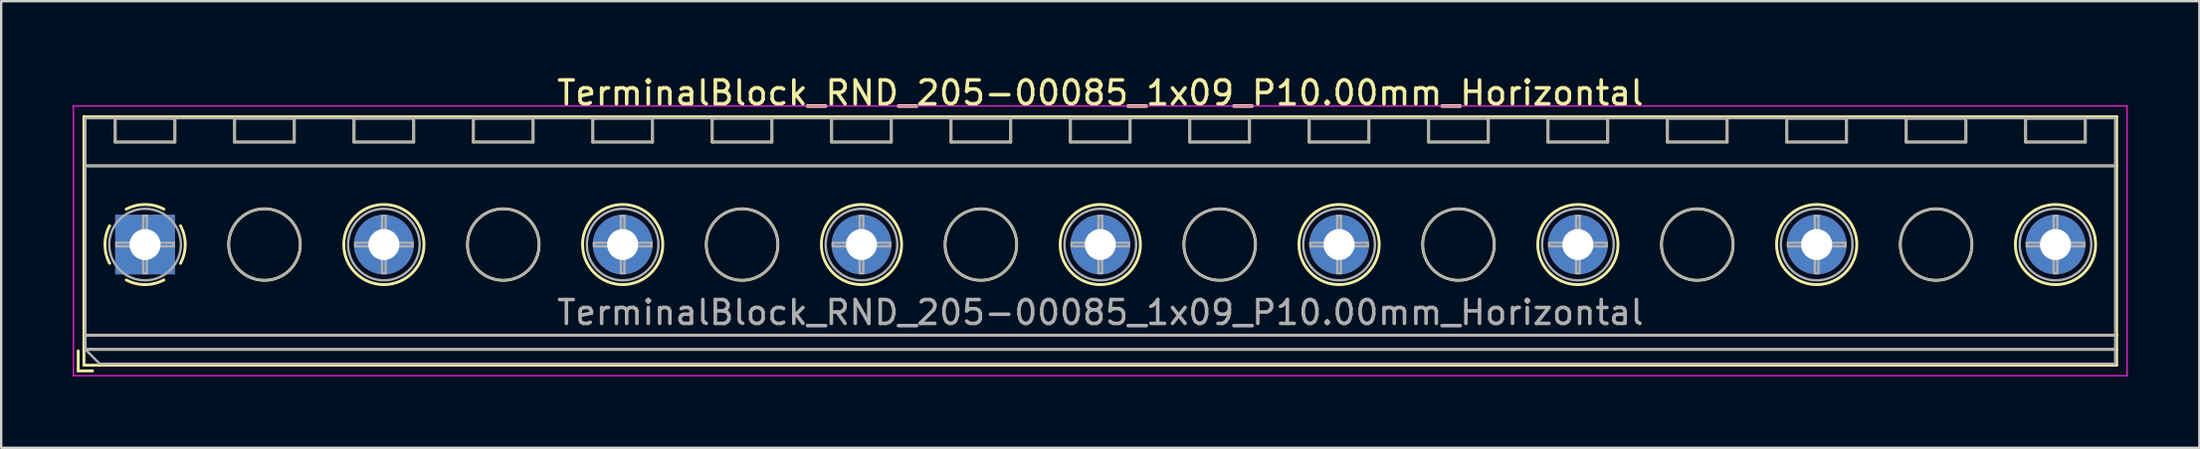
<source format=kicad_pcb>
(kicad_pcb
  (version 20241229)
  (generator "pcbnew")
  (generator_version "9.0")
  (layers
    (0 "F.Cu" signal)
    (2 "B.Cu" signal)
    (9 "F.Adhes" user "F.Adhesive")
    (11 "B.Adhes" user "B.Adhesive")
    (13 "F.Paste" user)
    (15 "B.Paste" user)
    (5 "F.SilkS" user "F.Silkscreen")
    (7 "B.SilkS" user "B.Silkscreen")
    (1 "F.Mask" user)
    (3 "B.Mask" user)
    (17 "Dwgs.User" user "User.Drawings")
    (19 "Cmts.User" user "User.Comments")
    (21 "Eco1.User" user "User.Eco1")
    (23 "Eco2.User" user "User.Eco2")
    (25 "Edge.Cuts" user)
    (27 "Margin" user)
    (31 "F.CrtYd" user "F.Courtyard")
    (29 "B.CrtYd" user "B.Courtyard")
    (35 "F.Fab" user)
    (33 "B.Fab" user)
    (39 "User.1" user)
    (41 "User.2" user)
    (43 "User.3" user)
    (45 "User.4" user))
  (footprint "TerminalBlock_RND_205-00085_1x09_P10.00mm_Horizontal"
    (layer "F.Cu")
    (at 3.025 7.208)
    (property "Reference" "TerminalBlock_RND_205-00085_1x09_P10.00mm_Horizontal" (at 40 -6.36 0) (layer "F.SilkS") (effects (font (size 1 1) (thickness 0.15))))
    (attr through_hole)
    (fp_line (start -2.8 4.46) (end -2.8 5.3) (stroke (width 0.12) (type solid)) (layer "F.SilkS"))
    (fp_line (start -2.8 5.3) (end -2.2 5.3) (stroke (width 0.12) (type solid)) (layer "F.SilkS"))
    (fp_line (start -2.56 -5.36) (end -2.56 5.06) (stroke (width 0.12) (type solid)) (layer "F.SilkS"))
    (fp_line (start -2.56 -5.36) (end 82.56 -5.36) (stroke (width 0.12) (type solid)) (layer "F.SilkS"))
    (fp_line (start -2.56 -3.301) (end 82.56 -3.301) (stroke (width 0.12) (type solid)) (layer "F.SilkS"))
    (fp_line (start -2.56 3.8) (end 82.56 3.8) (stroke (width 0.12) (type solid)) (layer "F.SilkS"))
    (fp_line (start -2.56 4.4) (end 82.56 4.4) (stroke (width 0.12) (type solid)) (layer "F.SilkS"))
    (fp_line (start -2.56 5.06) (end 82.56 5.06) (stroke (width 0.12) (type solid)) (layer "F.SilkS"))
    (fp_line (start -1.25 -5.301) (end -1.25 -4.301) (stroke (width 0.12) (type solid)) (layer "F.SilkS"))
    (fp_line (start -1.25 -5.301) (end 1.25 -5.301) (stroke (width 0.12) (type solid)) (layer "F.SilkS"))
    (fp_line (start -1.25 -4.301) (end 1.25 -4.301) (stroke (width 0.12) (type solid)) (layer "F.SilkS"))
    (fp_line (start 1.25 -5.301) (end 1.25 -4.301) (stroke (width 0.12) (type solid)) (layer "F.SilkS"))
    (fp_line (start 3.75 -5.301) (end 3.75 -4.301) (stroke (width 0.12) (type solid)) (layer "F.SilkS"))
    (fp_line (start 3.75 -5.301) (end 6.25 -5.301) (stroke (width 0.12) (type solid)) (layer "F.SilkS"))
    (fp_line (start 3.75 -4.301) (end 6.25 -4.301) (stroke (width 0.12) (type solid)) (layer "F.SilkS"))
    (fp_line (start 6.25 -5.301) (end 6.25 -4.301) (stroke (width 0.12) (type solid)) (layer "F.SilkS"))
    (fp_line (start 8.75 -5.301) (end 8.75 -4.301) (stroke (width 0.12) (type solid)) (layer "F.SilkS"))
    (fp_line (start 8.75 -5.301) (end 11.25 -5.301) (stroke (width 0.12) (type solid)) (layer "F.SilkS"))
    (fp_line (start 8.75 -4.301) (end 11.25 -4.301) (stroke (width 0.12) (type solid)) (layer "F.SilkS"))
    (fp_line (start 11.25 -5.301) (end 11.25 -4.301) (stroke (width 0.12) (type solid)) (layer "F.SilkS"))
    (fp_line (start 13.75 -5.301) (end 13.75 -4.301) (stroke (width 0.12) (type solid)) (layer "F.SilkS"))
    (fp_line (start 13.75 -5.301) (end 16.25 -5.301) (stroke (width 0.12) (type solid)) (layer "F.SilkS"))
    (fp_line (start 13.75 -4.301) (end 16.25 -4.301) (stroke (width 0.12) (type solid)) (layer "F.SilkS"))
    (fp_line (start 16.25 -5.301) (end 16.25 -4.301) (stroke (width 0.12) (type solid)) (layer "F.SilkS"))
    (fp_line (start 18.75 -5.301) (end 18.75 -4.301) (stroke (width 0.12) (type solid)) (layer "F.SilkS"))
    (fp_line (start 18.75 -5.301) (end 21.25 -5.301) (stroke (width 0.12) (type solid)) (layer "F.SilkS"))
    (fp_line (start 18.75 -4.301) (end 21.25 -4.301) (stroke (width 0.12) (type solid)) (layer "F.SilkS"))
    (fp_line (start 21.25 -5.301) (end 21.25 -4.301) (stroke (width 0.12) (type solid)) (layer "F.SilkS"))
    (fp_line (start 23.75 -5.301) (end 23.75 -4.301) (stroke (width 0.12) (type solid)) (layer "F.SilkS"))
    (fp_line (start 23.75 -5.301) (end 26.25 -5.301) (stroke (width 0.12) (type solid)) (layer "F.SilkS"))
    (fp_line (start 23.75 -4.301) (end 26.25 -4.301) (stroke (width 0.12) (type solid)) (layer "F.SilkS"))
    (fp_line (start 26.25 -5.301) (end 26.25 -4.301) (stroke (width 0.12) (type solid)) (layer "F.SilkS"))
    (fp_line (start 28.75 -5.301) (end 28.75 -4.301) (stroke (width 0.12) (type solid)) (layer "F.SilkS"))
    (fp_line (start 28.75 -5.301) (end 31.25 -5.301) (stroke (width 0.12) (type solid)) (layer "F.SilkS"))
    (fp_line (start 28.75 -4.301) (end 31.25 -4.301) (stroke (width 0.12) (type solid)) (layer "F.SilkS"))
    (fp_line (start 31.25 -5.301) (end 31.25 -4.301) (stroke (width 0.12) (type solid)) (layer "F.SilkS"))
    (fp_line (start 33.75 -5.301) (end 33.75 -4.301) (stroke (width 0.12) (type solid)) (layer "F.SilkS"))
    (fp_line (start 33.75 -5.301) (end 36.25 -5.301) (stroke (width 0.12) (type solid)) (layer "F.SilkS"))
    (fp_line (start 33.75 -4.301) (end 36.25 -4.301) (stroke (width 0.12) (type solid)) (layer "F.SilkS"))
    (fp_line (start 36.25 -5.301) (end 36.25 -4.301) (stroke (width 0.12) (type solid)) (layer "F.SilkS"))
    (fp_line (start 38.75 -5.301) (end 38.75 -4.301) (stroke (width 0.12) (type solid)) (layer "F.SilkS"))
    (fp_line (start 38.75 -5.301) (end 41.25 -5.301) (stroke (width 0.12) (type solid)) (layer "F.SilkS"))
    (fp_line (start 38.75 -4.301) (end 41.25 -4.301) (stroke (width 0.12) (type solid)) (layer "F.SilkS"))
    (fp_line (start 41.25 -5.301) (end 41.25 -4.301) (stroke (width 0.12) (type solid)) (layer "F.SilkS"))
    (fp_line (start 43.75 -5.301) (end 43.75 -4.301) (stroke (width 0.12) (type solid)) (layer "F.SilkS"))
    (fp_line (start 43.75 -5.301) (end 46.25 -5.301) (stroke (width 0.12) (type solid)) (layer "F.SilkS"))
    (fp_line (start 43.75 -4.301) (end 46.25 -4.301) (stroke (width 0.12) (type solid)) (layer "F.SilkS"))
    (fp_line (start 46.25 -5.301) (end 46.25 -4.301) (stroke (width 0.12) (type solid)) (layer "F.SilkS"))
    (fp_line (start 48.75 -5.301) (end 48.75 -4.301) (stroke (width 0.12) (type solid)) (layer "F.SilkS"))
    (fp_line (start 48.75 -5.301) (end 51.25 -5.301) (stroke (width 0.12) (type solid)) (layer "F.SilkS"))
    (fp_line (start 48.75 -4.301) (end 51.25 -4.301) (stroke (width 0.12) (type solid)) (layer "F.SilkS"))
    (fp_line (start 51.25 -5.301) (end 51.25 -4.301) (stroke (width 0.12) (type solid)) (layer "F.SilkS"))
    (fp_line (start 53.75 -5.301) (end 53.75 -4.301) (stroke (width 0.12) (type solid)) (layer "F.SilkS"))
    (fp_line (start 53.75 -5.301) (end 56.25 -5.301) (stroke (width 0.12) (type solid)) (layer "F.SilkS"))
    (fp_line (start 53.75 -4.301) (end 56.25 -4.301) (stroke (width 0.12) (type solid)) (layer "F.SilkS"))
    (fp_line (start 56.25 -5.301) (end 56.25 -4.301) (stroke (width 0.12) (type solid)) (layer "F.SilkS"))
    (fp_line (start 58.75 -5.301) (end 58.75 -4.301) (stroke (width 0.12) (type solid)) (layer "F.SilkS"))
    (fp_line (start 58.75 -5.301) (end 61.25 -5.301) (stroke (width 0.12) (type solid)) (layer "F.SilkS"))
    (fp_line (start 58.75 -4.301) (end 61.25 -4.301) (stroke (width 0.12) (type solid)) (layer "F.SilkS"))
    (fp_line (start 61.25 -5.301) (end 61.25 -4.301) (stroke (width 0.12) (type solid)) (layer "F.SilkS"))
    (fp_line (start 63.75 -5.301) (end 63.75 -4.301) (stroke (width 0.12) (type solid)) (layer "F.SilkS"))
    (fp_line (start 63.75 -5.301) (end 66.25 -5.301) (stroke (width 0.12) (type solid)) (layer "F.SilkS"))
    (fp_line (start 63.75 -4.301) (end 66.25 -4.301) (stroke (width 0.12) (type solid)) (layer "F.SilkS"))
    (fp_line (start 66.25 -5.301) (end 66.25 -4.301) (stroke (width 0.12) (type solid)) (layer "F.SilkS"))
    (fp_line (start 68.75 -5.301) (end 68.75 -4.301) (stroke (width 0.12) (type solid)) (layer "F.SilkS"))
    (fp_line (start 68.75 -5.301) (end 71.25 -5.301) (stroke (width 0.12) (type solid)) (layer "F.SilkS"))
    (fp_line (start 68.75 -4.301) (end 71.25 -4.301) (stroke (width 0.12) (type solid)) (layer "F.SilkS"))
    (fp_line (start 71.25 -5.301) (end 71.25 -4.301) (stroke (width 0.12) (type solid)) (layer "F.SilkS"))
    (fp_line (start 73.75 -5.301) (end 73.75 -4.301) (stroke (width 0.12) (type solid)) (layer "F.SilkS"))
    (fp_line (start 73.75 -5.301) (end 76.25 -5.301) (stroke (width 0.12) (type solid)) (layer "F.SilkS"))
    (fp_line (start 73.75 -4.301) (end 76.25 -4.301) (stroke (width 0.12) (type solid)) (layer "F.SilkS"))
    (fp_line (start 76.25 -5.301) (end 76.25 -4.301) (stroke (width 0.12) (type solid)) (layer "F.SilkS"))
    (fp_line (start 78.75 -5.301) (end 78.75 -4.301) (stroke (width 0.12) (type solid)) (layer "F.SilkS"))
    (fp_line (start 78.75 -5.301) (end 81.25 -5.301) (stroke (width 0.12) (type solid)) (layer "F.SilkS"))
    (fp_line (start 78.75 -4.301) (end 81.25 -4.301) (stroke (width 0.12) (type solid)) (layer "F.SilkS"))
    (fp_line (start 81.25 -5.301) (end 81.25 -4.301) (stroke (width 0.12) (type solid)) (layer "F.SilkS"))
    (fp_line (start 82.56 -5.36) (end 82.56 5.06) (stroke (width 0.12) (type solid)) (layer "F.SilkS"))
    (fp_arc (start -1.483953 0.789089) (mid -1.680708 0.00005) (end -1.484 -0.789) (stroke (width 0.12) (type solid)) (layer "F.SilkS"))
    (fp_arc (start -0.789089 -1.483953) (mid -0.00005 -1.680708) (end 0.789 -1.484) (stroke (width 0.12) (type solid)) (layer "F.SilkS"))
    (fp_arc (start 0.029383 1.68045) (mid -0.392304 1.634281) (end -0.789 1.484) (stroke (width 0.12) (type solid)) (layer "F.SilkS"))
    (fp_arc (start 0.788712 1.483352) (mid 0.406429 1.630097) (end 0 1.68) (stroke (width 0.12) (type solid)) (layer "F.SilkS"))
    (fp_arc (start 1.483953 -0.789089) (mid 1.680708 -0.00005) (end 1.484 0.789) (stroke (width 0.12) (type solid)) (layer "F.SilkS"))
    (fp_circle (center 5 0) (end 6.5 0) (stroke (width 0.12) (type solid)) (fill no) (layer "F.SilkS"))
    (fp_circle (center 10 0) (end 11.68 0) (stroke (width 0.12) (type solid)) (fill no) (layer "F.SilkS"))
    (fp_circle (center 15 0) (end 16.5 0) (stroke (width 0.12) (type solid)) (fill no) (layer "F.SilkS"))
    (fp_circle (center 20 0) (end 21.68 0) (stroke (width 0.12) (type solid)) (fill no) (layer "F.SilkS"))
    (fp_circle (center 25 0) (end 26.5 0) (stroke (width 0.12) (type solid)) (fill no) (layer "F.SilkS"))
    (fp_circle (center 30 0) (end 31.68 0) (stroke (width 0.12) (type solid)) (fill no) (layer "F.SilkS"))
    (fp_circle (center 35 0) (end 36.5 0) (stroke (width 0.12) (type solid)) (fill no) (layer "F.SilkS"))
    (fp_circle (center 40 0) (end 41.68 0) (stroke (width 0.12) (type solid)) (fill no) (layer "F.SilkS"))
    (fp_circle (center 45 0) (end 46.5 0) (stroke (width 0.12) (type solid)) (fill no) (layer "F.SilkS"))
    (fp_circle (center 50 0) (end 51.68 0) (stroke (width 0.12) (type solid)) (fill no) (layer "F.SilkS"))
    (fp_circle (center 55 0) (end 56.5 0) (stroke (width 0.12) (type solid)) (fill no) (layer "F.SilkS"))
    (fp_circle (center 60 0) (end 61.68 0) (stroke (width 0.12) (type solid)) (fill no) (layer "F.SilkS"))
    (fp_circle (center 65 0) (end 66.5 0) (stroke (width 0.12) (type solid)) (fill no) (layer "F.SilkS"))
    (fp_circle (center 70 0) (end 71.68 0) (stroke (width 0.12) (type solid)) (fill no) (layer "F.SilkS"))
    (fp_circle (center 75 0) (end 76.5 0) (stroke (width 0.12) (type solid)) (fill no) (layer "F.SilkS"))
    (fp_circle (center 80 0) (end 81.68 0) (stroke (width 0.12) (type solid)) (fill no) (layer "F.SilkS"))
    (fp_line (start -3 -5.81) (end -3 5.5) (stroke (width 0.05) (type solid)) (layer "F.CrtYd"))
    (fp_line (start -3 5.5) (end 83 5.5) (stroke (width 0.05) (type solid)) (layer "F.CrtYd"))
    (fp_line (start 83 -5.81) (end -3 -5.81) (stroke (width 0.05) (type solid)) (layer "F.CrtYd"))
    (fp_line (start 83 5.5) (end 83 -5.81) (stroke (width 0.05) (type solid)) (layer "F.CrtYd"))
    (fp_line (start -2.5 -5.3) (end 82.5 -5.3) (stroke (width 0.1) (type solid)) (layer "F.Fab"))
    (fp_line (start -2.5 -3.3) (end 82.5 -3.3) (stroke (width 0.1) (type solid)) (layer "F.Fab"))
    (fp_line (start -2.5 3.8) (end 82.5 3.8) (stroke (width 0.1) (type solid)) (layer "F.Fab"))
    (fp_line (start -2.5 4.4) (end -2.5 -5.3) (stroke (width 0.1) (type solid)) (layer "F.Fab"))
    (fp_line (start -2.5 4.4) (end 82.5 4.4) (stroke (width 0.1) (type solid)) (layer "F.Fab"))
    (fp_line (start -1.9 5) (end -2.5 4.4) (stroke (width 0.1) (type solid)) (layer "F.Fab"))
    (fp_line (start -1.25 -5.3) (end -1.25 -4.3) (stroke (width 0.1) (type solid)) (layer "F.Fab"))
    (fp_line (start -1.25 -4.3) (end 1.25 -4.3) (stroke (width 0.1) (type solid)) (layer "F.Fab"))
    (fp_line (start -1.201 -0.076) (end -0.076 -0.076) (stroke (width 0.1) (type solid)) (layer "F.Fab"))
    (fp_line (start -1.201 0.076) (end -1.201 -0.076) (stroke (width 0.1) (type solid)) (layer "F.Fab"))
    (fp_line (start -0.076 -1.201) (end 0.076 -1.201) (stroke (width 0.1) (type solid)) (layer "F.Fab"))
    (fp_line (start -0.076 -0.076) (end -0.076 -1.201) (stroke (width 0.1) (type solid)) (layer "F.Fab"))
    (fp_line (start -0.076 0.076) (end -1.201 0.076) (stroke (width 0.1) (type solid)) (layer "F.Fab"))
    (fp_line (start -0.076 1.201) (end -0.076 0.076) (stroke (width 0.1) (type solid)) (layer "F.Fab"))
    (fp_line (start 0.076 -1.201) (end 0.076 -0.076) (stroke (width 0.1) (type solid)) (layer "F.Fab"))
    (fp_line (start 0.076 -0.076) (end 1.201 -0.076) (stroke (width 0.1) (type solid)) (layer "F.Fab"))
    (fp_line (start 0.076 0.076) (end 0.076 1.201) (stroke (width 0.1) (type solid)) (layer "F.Fab"))
    (fp_line (start 0.076 1.201) (end -0.076 1.201) (stroke (width 0.1) (type solid)) (layer "F.Fab"))
    (fp_line (start 1.201 -0.076) (end 1.201 0.076) (stroke (width 0.1) (type solid)) (layer "F.Fab"))
    (fp_line (start 1.201 0.076) (end 0.076 0.076) (stroke (width 0.1) (type solid)) (layer "F.Fab"))
    (fp_line (start 1.25 -5.3) (end -1.25 -5.3) (stroke (width 0.1) (type solid)) (layer "F.Fab"))
    (fp_line (start 1.25 -4.3) (end 1.25 -5.3) (stroke (width 0.1) (type solid)) (layer "F.Fab"))
    (fp_line (start 3.75 -5.3) (end 3.75 -4.3) (stroke (width 0.1) (type solid)) (layer "F.Fab"))
    (fp_line (start 3.75 -4.3) (end 6.25 -4.3) (stroke (width 0.1) (type solid)) (layer "F.Fab"))
    (fp_line (start 6.25 -5.3) (end 3.75 -5.3) (stroke (width 0.1) (type solid)) (layer "F.Fab"))
    (fp_line (start 6.25 -4.3) (end 6.25 -5.3) (stroke (width 0.1) (type solid)) (layer "F.Fab"))
    (fp_line (start 8.75 -5.3) (end 8.75 -4.3) (stroke (width 0.1) (type solid)) (layer "F.Fab"))
    (fp_line (start 8.75 -4.3) (end 11.25 -4.3) (stroke (width 0.1) (type solid)) (layer "F.Fab"))
    (fp_line (start 8.799 -0.076) (end 9.924 -0.076) (stroke (width 0.1) (type solid)) (layer "F.Fab"))
    (fp_line (start 8.799 0.076) (end 8.799 -0.076) (stroke (width 0.1) (type solid)) (layer "F.Fab"))
    (fp_line (start 9.924 -1.201) (end 10.076 -1.201) (stroke (width 0.1) (type solid)) (layer "F.Fab"))
    (fp_line (start 9.924 -0.076) (end 9.924 -1.201) (stroke (width 0.1) (type solid)) (layer "F.Fab"))
    (fp_line (start 9.924 0.076) (end 8.799 0.076) (stroke (width 0.1) (type solid)) (layer "F.Fab"))
    (fp_line (start 9.924 1.201) (end 9.924 0.076) (stroke (width 0.1) (type solid)) (layer "F.Fab"))
    (fp_line (start 10.076 -1.201) (end 10.076 -0.076) (stroke (width 0.1) (type solid)) (layer "F.Fab"))
    (fp_line (start 10.076 -0.076) (end 11.201 -0.076) (stroke (width 0.1) (type solid)) (layer "F.Fab"))
    (fp_line (start 10.076 0.076) (end 10.076 1.201) (stroke (width 0.1) (type solid)) (layer "F.Fab"))
    (fp_line (start 10.076 1.201) (end 9.924 1.201) (stroke (width 0.1) (type solid)) (layer "F.Fab"))
    (fp_line (start 11.201 -0.076) (end 11.201 0.076) (stroke (width 0.1) (type solid)) (layer "F.Fab"))
    (fp_line (start 11.201 0.076) (end 10.076 0.076) (stroke (width 0.1) (type solid)) (layer "F.Fab"))
    (fp_line (start 11.25 -5.3) (end 8.75 -5.3) (stroke (width 0.1) (type solid)) (layer "F.Fab"))
    (fp_line (start 11.25 -4.3) (end 11.25 -5.3) (stroke (width 0.1) (type solid)) (layer "F.Fab"))
    (fp_line (start 13.75 -5.3) (end 13.75 -4.3) (stroke (width 0.1) (type solid)) (layer "F.Fab"))
    (fp_line (start 13.75 -4.3) (end 16.25 -4.3) (stroke (width 0.1) (type solid)) (layer "F.Fab"))
    (fp_line (start 16.25 -5.3) (end 13.75 -5.3) (stroke (width 0.1) (type solid)) (layer "F.Fab"))
    (fp_line (start 16.25 -4.3) (end 16.25 -5.3) (stroke (width 0.1) (type solid)) (layer "F.Fab"))
    (fp_line (start 18.75 -5.3) (end 18.75 -4.3) (stroke (width 0.1) (type solid)) (layer "F.Fab"))
    (fp_line (start 18.75 -4.3) (end 21.25 -4.3) (stroke (width 0.1) (type solid)) (layer "F.Fab"))
    (fp_line (start 18.799 -0.076) (end 19.924 -0.076) (stroke (width 0.1) (type solid)) (layer "F.Fab"))
    (fp_line (start 18.799 0.076) (end 18.799 -0.076) (stroke (width 0.1) (type solid)) (layer "F.Fab"))
    (fp_line (start 19.924 -1.201) (end 20.076 -1.201) (stroke (width 0.1) (type solid)) (layer "F.Fab"))
    (fp_line (start 19.924 -0.076) (end 19.924 -1.201) (stroke (width 0.1) (type solid)) (layer "F.Fab"))
    (fp_line (start 19.924 0.076) (end 18.799 0.076) (stroke (width 0.1) (type solid)) (layer "F.Fab"))
    (fp_line (start 19.924 1.201) (end 19.924 0.076) (stroke (width 0.1) (type solid)) (layer "F.Fab"))
    (fp_line (start 20.076 -1.201) (end 20.076 -0.076) (stroke (width 0.1) (type solid)) (layer "F.Fab"))
    (fp_line (start 20.076 -0.076) (end 21.201 -0.076) (stroke (width 0.1) (type solid)) (layer "F.Fab"))
    (fp_line (start 20.076 0.076) (end 20.076 1.201) (stroke (width 0.1) (type solid)) (layer "F.Fab"))
    (fp_line (start 20.076 1.201) (end 19.924 1.201) (stroke (width 0.1) (type solid)) (layer "F.Fab"))
    (fp_line (start 21.201 -0.076) (end 21.201 0.076) (stroke (width 0.1) (type solid)) (layer "F.Fab"))
    (fp_line (start 21.201 0.076) (end 20.076 0.076) (stroke (width 0.1) (type solid)) (layer "F.Fab"))
    (fp_line (start 21.25 -5.3) (end 18.75 -5.3) (stroke (width 0.1) (type solid)) (layer "F.Fab"))
    (fp_line (start 21.25 -4.3) (end 21.25 -5.3) (stroke (width 0.1) (type solid)) (layer "F.Fab"))
    (fp_line (start 23.75 -5.3) (end 23.75 -4.3) (stroke (width 0.1) (type solid)) (layer "F.Fab"))
    (fp_line (start 23.75 -4.3) (end 26.25 -4.3) (stroke (width 0.1) (type solid)) (layer "F.Fab"))
    (fp_line (start 26.25 -5.3) (end 23.75 -5.3) (stroke (width 0.1) (type solid)) (layer "F.Fab"))
    (fp_line (start 26.25 -4.3) (end 26.25 -5.3) (stroke (width 0.1) (type solid)) (layer "F.Fab"))
    (fp_line (start 28.75 -5.3) (end 28.75 -4.3) (stroke (width 0.1) (type solid)) (layer "F.Fab"))
    (fp_line (start 28.75 -4.3) (end 31.25 -4.3) (stroke (width 0.1) (type solid)) (layer "F.Fab"))
    (fp_line (start 28.799 -0.076) (end 29.924 -0.076) (stroke (width 0.1) (type solid)) (layer "F.Fab"))
    (fp_line (start 28.799 0.076) (end 28.799 -0.076) (stroke (width 0.1) (type solid)) (layer "F.Fab"))
    (fp_line (start 29.924 -1.201) (end 30.076 -1.201) (stroke (width 0.1) (type solid)) (layer "F.Fab"))
    (fp_line (start 29.924 -0.076) (end 29.924 -1.201) (stroke (width 0.1) (type solid)) (layer "F.Fab"))
    (fp_line (start 29.924 0.076) (end 28.799 0.076) (stroke (width 0.1) (type solid)) (layer "F.Fab"))
    (fp_line (start 29.924 1.201) (end 29.924 0.076) (stroke (width 0.1) (type solid)) (layer "F.Fab"))
    (fp_line (start 30.076 -1.201) (end 30.076 -0.076) (stroke (width 0.1) (type solid)) (layer "F.Fab"))
    (fp_line (start 30.076 -0.076) (end 31.201 -0.076) (stroke (width 0.1) (type solid)) (layer "F.Fab"))
    (fp_line (start 30.076 0.076) (end 30.076 1.201) (stroke (width 0.1) (type solid)) (layer "F.Fab"))
    (fp_line (start 30.076 1.201) (end 29.924 1.201) (stroke (width 0.1) (type solid)) (layer "F.Fab"))
    (fp_line (start 31.201 -0.076) (end 31.201 0.076) (stroke (width 0.1) (type solid)) (layer "F.Fab"))
    (fp_line (start 31.201 0.076) (end 30.076 0.076) (stroke (width 0.1) (type solid)) (layer "F.Fab"))
    (fp_line (start 31.25 -5.3) (end 28.75 -5.3) (stroke (width 0.1) (type solid)) (layer "F.Fab"))
    (fp_line (start 31.25 -4.3) (end 31.25 -5.3) (stroke (width 0.1) (type solid)) (layer "F.Fab"))
    (fp_line (start 33.75 -5.3) (end 33.75 -4.3) (stroke (width 0.1) (type solid)) (layer "F.Fab"))
    (fp_line (start 33.75 -4.3) (end 36.25 -4.3) (stroke (width 0.1) (type solid)) (layer "F.Fab"))
    (fp_line (start 36.25 -5.3) (end 33.75 -5.3) (stroke (width 0.1) (type solid)) (layer "F.Fab"))
    (fp_line (start 36.25 -4.3) (end 36.25 -5.3) (stroke (width 0.1) (type solid)) (layer "F.Fab"))
    (fp_line (start 38.75 -5.3) (end 38.75 -4.3) (stroke (width 0.1) (type solid)) (layer "F.Fab"))
    (fp_line (start 38.75 -4.3) (end 41.25 -4.3) (stroke (width 0.1) (type solid)) (layer "F.Fab"))
    (fp_line (start 38.799 -0.076) (end 39.924 -0.076) (stroke (width 0.1) (type solid)) (layer "F.Fab"))
    (fp_line (start 38.799 0.076) (end 38.799 -0.076) (stroke (width 0.1) (type solid)) (layer "F.Fab"))
    (fp_line (start 39.924 -1.201) (end 40.076 -1.201) (stroke (width 0.1) (type solid)) (layer "F.Fab"))
    (fp_line (start 39.924 -0.076) (end 39.924 -1.201) (stroke (width 0.1) (type solid)) (layer "F.Fab"))
    (fp_line (start 39.924 0.076) (end 38.799 0.076) (stroke (width 0.1) (type solid)) (layer "F.Fab"))
    (fp_line (start 39.924 1.201) (end 39.924 0.076) (stroke (width 0.1) (type solid)) (layer "F.Fab"))
    (fp_line (start 40.076 -1.201) (end 40.076 -0.076) (stroke (width 0.1) (type solid)) (layer "F.Fab"))
    (fp_line (start 40.076 -0.076) (end 41.201 -0.076) (stroke (width 0.1) (type solid)) (layer "F.Fab"))
    (fp_line (start 40.076 0.076) (end 40.076 1.201) (stroke (width 0.1) (type solid)) (layer "F.Fab"))
    (fp_line (start 40.076 1.201) (end 39.924 1.201) (stroke (width 0.1) (type solid)) (layer "F.Fab"))
    (fp_line (start 41.201 -0.076) (end 41.201 0.076) (stroke (width 0.1) (type solid)) (layer "F.Fab"))
    (fp_line (start 41.201 0.076) (end 40.076 0.076) (stroke (width 0.1) (type solid)) (layer "F.Fab"))
    (fp_line (start 41.25 -5.3) (end 38.75 -5.3) (stroke (width 0.1) (type solid)) (layer "F.Fab"))
    (fp_line (start 41.25 -4.3) (end 41.25 -5.3) (stroke (width 0.1) (type solid)) (layer "F.Fab"))
    (fp_line (start 43.75 -5.3) (end 43.75 -4.3) (stroke (width 0.1) (type solid)) (layer "F.Fab"))
    (fp_line (start 43.75 -4.3) (end 46.25 -4.3) (stroke (width 0.1) (type solid)) (layer "F.Fab"))
    (fp_line (start 46.25 -5.3) (end 43.75 -5.3) (stroke (width 0.1) (type solid)) (layer "F.Fab"))
    (fp_line (start 46.25 -4.3) (end 46.25 -5.3) (stroke (width 0.1) (type solid)) (layer "F.Fab"))
    (fp_line (start 48.75 -5.3) (end 48.75 -4.3) (stroke (width 0.1) (type solid)) (layer "F.Fab"))
    (fp_line (start 48.75 -4.3) (end 51.25 -4.3) (stroke (width 0.1) (type solid)) (layer "F.Fab"))
    (fp_line (start 48.799 -0.076) (end 49.924 -0.076) (stroke (width 0.1) (type solid)) (layer "F.Fab"))
    (fp_line (start 48.799 0.076) (end 48.799 -0.076) (stroke (width 0.1) (type solid)) (layer "F.Fab"))
    (fp_line (start 49.924 -1.201) (end 50.076 -1.201) (stroke (width 0.1) (type solid)) (layer "F.Fab"))
    (fp_line (start 49.924 -0.076) (end 49.924 -1.201) (stroke (width 0.1) (type solid)) (layer "F.Fab"))
    (fp_line (start 49.924 0.076) (end 48.799 0.076) (stroke (width 0.1) (type solid)) (layer "F.Fab"))
    (fp_line (start 49.924 1.201) (end 49.924 0.076) (stroke (width 0.1) (type solid)) (layer "F.Fab"))
    (fp_line (start 50.076 -1.201) (end 50.076 -0.076) (stroke (width 0.1) (type solid)) (layer "F.Fab"))
    (fp_line (start 50.076 -0.076) (end 51.201 -0.076) (stroke (width 0.1) (type solid)) (layer "F.Fab"))
    (fp_line (start 50.076 0.076) (end 50.076 1.201) (stroke (width 0.1) (type solid)) (layer "F.Fab"))
    (fp_line (start 50.076 1.201) (end 49.924 1.201) (stroke (width 0.1) (type solid)) (layer "F.Fab"))
    (fp_line (start 51.201 -0.076) (end 51.201 0.076) (stroke (width 0.1) (type solid)) (layer "F.Fab"))
    (fp_line (start 51.201 0.076) (end 50.076 0.076) (stroke (width 0.1) (type solid)) (layer "F.Fab"))
    (fp_line (start 51.25 -5.3) (end 48.75 -5.3) (stroke (width 0.1) (type solid)) (layer "F.Fab"))
    (fp_line (start 51.25 -4.3) (end 51.25 -5.3) (stroke (width 0.1) (type solid)) (layer "F.Fab"))
    (fp_line (start 53.75 -5.3) (end 53.75 -4.3) (stroke (width 0.1) (type solid)) (layer "F.Fab"))
    (fp_line (start 53.75 -4.3) (end 56.25 -4.3) (stroke (width 0.1) (type solid)) (layer "F.Fab"))
    (fp_line (start 56.25 -5.3) (end 53.75 -5.3) (stroke (width 0.1) (type solid)) (layer "F.Fab"))
    (fp_line (start 56.25 -4.3) (end 56.25 -5.3) (stroke (width 0.1) (type solid)) (layer "F.Fab"))
    (fp_line (start 58.75 -5.3) (end 58.75 -4.3) (stroke (width 0.1) (type solid)) (layer "F.Fab"))
    (fp_line (start 58.75 -4.3) (end 61.25 -4.3) (stroke (width 0.1) (type solid)) (layer "F.Fab"))
    (fp_line (start 58.799 -0.076) (end 59.924 -0.076) (stroke (width 0.1) (type solid)) (layer "F.Fab"))
    (fp_line (start 58.799 0.076) (end 58.799 -0.076) (stroke (width 0.1) (type solid)) (layer "F.Fab"))
    (fp_line (start 59.924 -1.201) (end 60.076 -1.201) (stroke (width 0.1) (type solid)) (layer "F.Fab"))
    (fp_line (start 59.924 -0.076) (end 59.924 -1.201) (stroke (width 0.1) (type solid)) (layer "F.Fab"))
    (fp_line (start 59.924 0.076) (end 58.799 0.076) (stroke (width 0.1) (type solid)) (layer "F.Fab"))
    (fp_line (start 59.924 1.201) (end 59.924 0.076) (stroke (width 0.1) (type solid)) (layer "F.Fab"))
    (fp_line (start 60.076 -1.201) (end 60.076 -0.076) (stroke (width 0.1) (type solid)) (layer "F.Fab"))
    (fp_line (start 60.076 -0.076) (end 61.201 -0.076) (stroke (width 0.1) (type solid)) (layer "F.Fab"))
    (fp_line (start 60.076 0.076) (end 60.076 1.201) (stroke (width 0.1) (type solid)) (layer "F.Fab"))
    (fp_line (start 60.076 1.201) (end 59.924 1.201) (stroke (width 0.1) (type solid)) (layer "F.Fab"))
    (fp_line (start 61.201 -0.076) (end 61.201 0.076) (stroke (width 0.1) (type solid)) (layer "F.Fab"))
    (fp_line (start 61.201 0.076) (end 60.076 0.076) (stroke (width 0.1) (type solid)) (layer "F.Fab"))
    (fp_line (start 61.25 -5.3) (end 58.75 -5.3) (stroke (width 0.1) (type solid)) (layer "F.Fab"))
    (fp_line (start 61.25 -4.3) (end 61.25 -5.3) (stroke (width 0.1) (type solid)) (layer "F.Fab"))
    (fp_line (start 63.75 -5.3) (end 63.75 -4.3) (stroke (width 0.1) (type solid)) (layer "F.Fab"))
    (fp_line (start 63.75 -4.3) (end 66.25 -4.3) (stroke (width 0.1) (type solid)) (layer "F.Fab"))
    (fp_line (start 66.25 -5.3) (end 63.75 -5.3) (stroke (width 0.1) (type solid)) (layer "F.Fab"))
    (fp_line (start 66.25 -4.3) (end 66.25 -5.3) (stroke (width 0.1) (type solid)) (layer "F.Fab"))
    (fp_line (start 68.75 -5.3) (end 68.75 -4.3) (stroke (width 0.1) (type solid)) (layer "F.Fab"))
    (fp_line (start 68.75 -4.3) (end 71.25 -4.3) (stroke (width 0.1) (type solid)) (layer "F.Fab"))
    (fp_line (start 68.799 -0.076) (end 69.924 -0.076) (stroke (width 0.1) (type solid)) (layer "F.Fab"))
    (fp_line (start 68.799 0.076) (end 68.799 -0.076) (stroke (width 0.1) (type solid)) (layer "F.Fab"))
    (fp_line (start 69.924 -1.201) (end 70.076 -1.201) (stroke (width 0.1) (type solid)) (layer "F.Fab"))
    (fp_line (start 69.924 -0.076) (end 69.924 -1.201) (stroke (width 0.1) (type solid)) (layer "F.Fab"))
    (fp_line (start 69.924 0.076) (end 68.799 0.076) (stroke (width 0.1) (type solid)) (layer "F.Fab"))
    (fp_line (start 69.924 1.201) (end 69.924 0.076) (stroke (width 0.1) (type solid)) (layer "F.Fab"))
    (fp_line (start 70.076 -1.201) (end 70.076 -0.076) (stroke (width 0.1) (type solid)) (layer "F.Fab"))
    (fp_line (start 70.076 -0.076) (end 71.201 -0.076) (stroke (width 0.1) (type solid)) (layer "F.Fab"))
    (fp_line (start 70.076 0.076) (end 70.076 1.201) (stroke (width 0.1) (type solid)) (layer "F.Fab"))
    (fp_line (start 70.076 1.201) (end 69.924 1.201) (stroke (width 0.1) (type solid)) (layer "F.Fab"))
    (fp_line (start 71.201 -0.076) (end 71.201 0.076) (stroke (width 0.1) (type solid)) (layer "F.Fab"))
    (fp_line (start 71.201 0.076) (end 70.076 0.076) (stroke (width 0.1) (type solid)) (layer "F.Fab"))
    (fp_line (start 71.25 -5.3) (end 68.75 -5.3) (stroke (width 0.1) (type solid)) (layer "F.Fab"))
    (fp_line (start 71.25 -4.3) (end 71.25 -5.3) (stroke (width 0.1) (type solid)) (layer "F.Fab"))
    (fp_line (start 73.75 -5.3) (end 73.75 -4.3) (stroke (width 0.1) (type solid)) (layer "F.Fab"))
    (fp_line (start 73.75 -4.3) (end 76.25 -4.3) (stroke (width 0.1) (type solid)) (layer "F.Fab"))
    (fp_line (start 76.25 -5.3) (end 73.75 -5.3) (stroke (width 0.1) (type solid)) (layer "F.Fab"))
    (fp_line (start 76.25 -4.3) (end 76.25 -5.3) (stroke (width 0.1) (type solid)) (layer "F.Fab"))
    (fp_line (start 78.75 -5.3) (end 78.75 -4.3) (stroke (width 0.1) (type solid)) (layer "F.Fab"))
    (fp_line (start 78.75 -4.3) (end 81.25 -4.3) (stroke (width 0.1) (type solid)) (layer "F.Fab"))
    (fp_line (start 78.799 -0.076) (end 79.924 -0.076) (stroke (width 0.1) (type solid)) (layer "F.Fab"))
    (fp_line (start 78.799 0.076) (end 78.799 -0.076) (stroke (width 0.1) (type solid)) (layer "F.Fab"))
    (fp_line (start 79.924 -1.201) (end 80.076 -1.201) (stroke (width 0.1) (type solid)) (layer "F.Fab"))
    (fp_line (start 79.924 -0.076) (end 79.924 -1.201) (stroke (width 0.1) (type solid)) (layer "F.Fab"))
    (fp_line (start 79.924 0.076) (end 78.799 0.076) (stroke (width 0.1) (type solid)) (layer "F.Fab"))
    (fp_line (start 79.924 1.201) (end 79.924 0.076) (stroke (width 0.1) (type solid)) (layer "F.Fab"))
    (fp_line (start 80.076 -1.201) (end 80.076 -0.076) (stroke (width 0.1) (type solid)) (layer "F.Fab"))
    (fp_line (start 80.076 -0.076) (end 81.201 -0.076) (stroke (width 0.1) (type solid)) (layer "F.Fab"))
    (fp_line (start 80.076 0.076) (end 80.076 1.201) (stroke (width 0.1) (type solid)) (layer "F.Fab"))
    (fp_line (start 80.076 1.201) (end 79.924 1.201) (stroke (width 0.1) (type solid)) (layer "F.Fab"))
    (fp_line (start 81.201 -0.076) (end 81.201 0.076) (stroke (width 0.1) (type solid)) (layer "F.Fab"))
    (fp_line (start 81.201 0.076) (end 80.076 0.076) (stroke (width 0.1) (type solid)) (layer "F.Fab"))
    (fp_line (start 81.25 -5.3) (end 78.75 -5.3) (stroke (width 0.1) (type solid)) (layer "F.Fab"))
    (fp_line (start 81.25 -4.3) (end 81.25 -5.3) (stroke (width 0.1) (type solid)) (layer "F.Fab"))
    (fp_line (start 82.5 -5.3) (end 82.5 5) (stroke (width 0.1) (type solid)) (layer "F.Fab"))
    (fp_line (start 82.5 5) (end -1.9 5) (stroke (width 0.1) (type solid)) (layer "F.Fab"))
    (fp_circle (center 0 0) (end 1.5 0) (stroke (width 0.1) (type solid)) (fill no) (layer "F.Fab"))
    (fp_circle (center 5 0) (end 6.5 0) (stroke (width 0.1) (type solid)) (fill no) (layer "F.Fab"))
    (fp_circle (center 10 0) (end 11.5 0) (stroke (width 0.1) (type solid)) (fill no) (layer "F.Fab"))
    (fp_circle (center 15 0) (end 16.5 0) (stroke (width 0.1) (type solid)) (fill no) (layer "F.Fab"))
    (fp_circle (center 20 0) (end 21.5 0) (stroke (width 0.1) (type solid)) (fill no) (layer "F.Fab"))
    (fp_circle (center 25 0) (end 26.5 0) (stroke (width 0.1) (type solid)) (fill no) (layer "F.Fab"))
    (fp_circle (center 30 0) (end 31.5 0) (stroke (width 0.1) (type solid)) (fill no) (layer "F.Fab"))
    (fp_circle (center 35 0) (end 36.5 0) (stroke (width 0.1) (type solid)) (fill no) (layer "F.Fab"))
    (fp_circle (center 40 0) (end 41.5 0) (stroke (width 0.1) (type solid)) (fill no) (layer "F.Fab"))
    (fp_circle (center 45 0) (end 46.5 0) (stroke (width 0.1) (type solid)) (fill no) (layer "F.Fab"))
    (fp_circle (center 50 0) (end 51.5 0) (stroke (width 0.1) (type solid)) (fill no) (layer "F.Fab"))
    (fp_circle (center 55 0) (end 56.5 0) (stroke (width 0.1) (type solid)) (fill no) (layer "F.Fab"))
    (fp_circle (center 60 0) (end 61.5 0) (stroke (width 0.1) (type solid)) (fill no) (layer "F.Fab"))
    (fp_circle (center 65 0) (end 66.5 0) (stroke (width 0.1) (type solid)) (fill no) (layer "F.Fab"))
    (fp_circle (center 70 0) (end 71.5 0) (stroke (width 0.1) (type solid)) (fill no) (layer "F.Fab"))
    (fp_circle (center 75 0) (end 76.5 0) (stroke (width 0.1) (type solid)) (fill no) (layer "F.Fab"))
    (fp_circle (center 80 0) (end 81.5 0) (stroke (width 0.1) (type solid)) (fill no) (layer "F.Fab"))
    (fp_text user "${REFERENCE}" (at 40 2.85 0) (layer "F.Fab") (effects (font (size 1 1) (thickness 0.15))))
    (pad "1" thru_hole rect (at 0 0) (size 2.5 2.5) (drill 1.3) (layers "*.Cu" "*.Mask"))
    (pad "2" thru_hole circle (at 10 0) (size 2.5 2.5) (drill 1.3) (layers "*.Cu" "*.Mask"))
    (pad "3" thru_hole circle (at 20 0) (size 2.5 2.5) (drill 1.3) (layers "*.Cu" "*.Mask"))
    (pad "4" thru_hole circle (at 30 0) (size 2.5 2.5) (drill 1.3) (layers "*.Cu" "*.Mask"))
    (pad "5" thru_hole circle (at 40 0) (size 2.5 2.5) (drill 1.3) (layers "*.Cu" "*.Mask"))
    (pad "6" thru_hole circle (at 50 0) (size 2.5 2.5) (drill 1.3) (layers "*.Cu" "*.Mask"))
    (pad "7" thru_hole circle (at 60 0) (size 2.5 2.5) (drill 1.3) (layers "*.Cu" "*.Mask"))
    (pad "8" thru_hole circle (at 70 0) (size 2.5 2.5) (drill 1.3) (layers "*.Cu" "*.Mask"))
    (pad "9" thru_hole circle (at 80 0) (size 2.5 2.5) (drill 1.3) (layers "*.Cu" "*.Mask")))
  (gr_rect
    (start -3 -3)
    (end 89.05 15.733)
    (stroke (width 0.1) (type default))
    (fill no)
    (layer "Edge.Cuts")))
</source>
